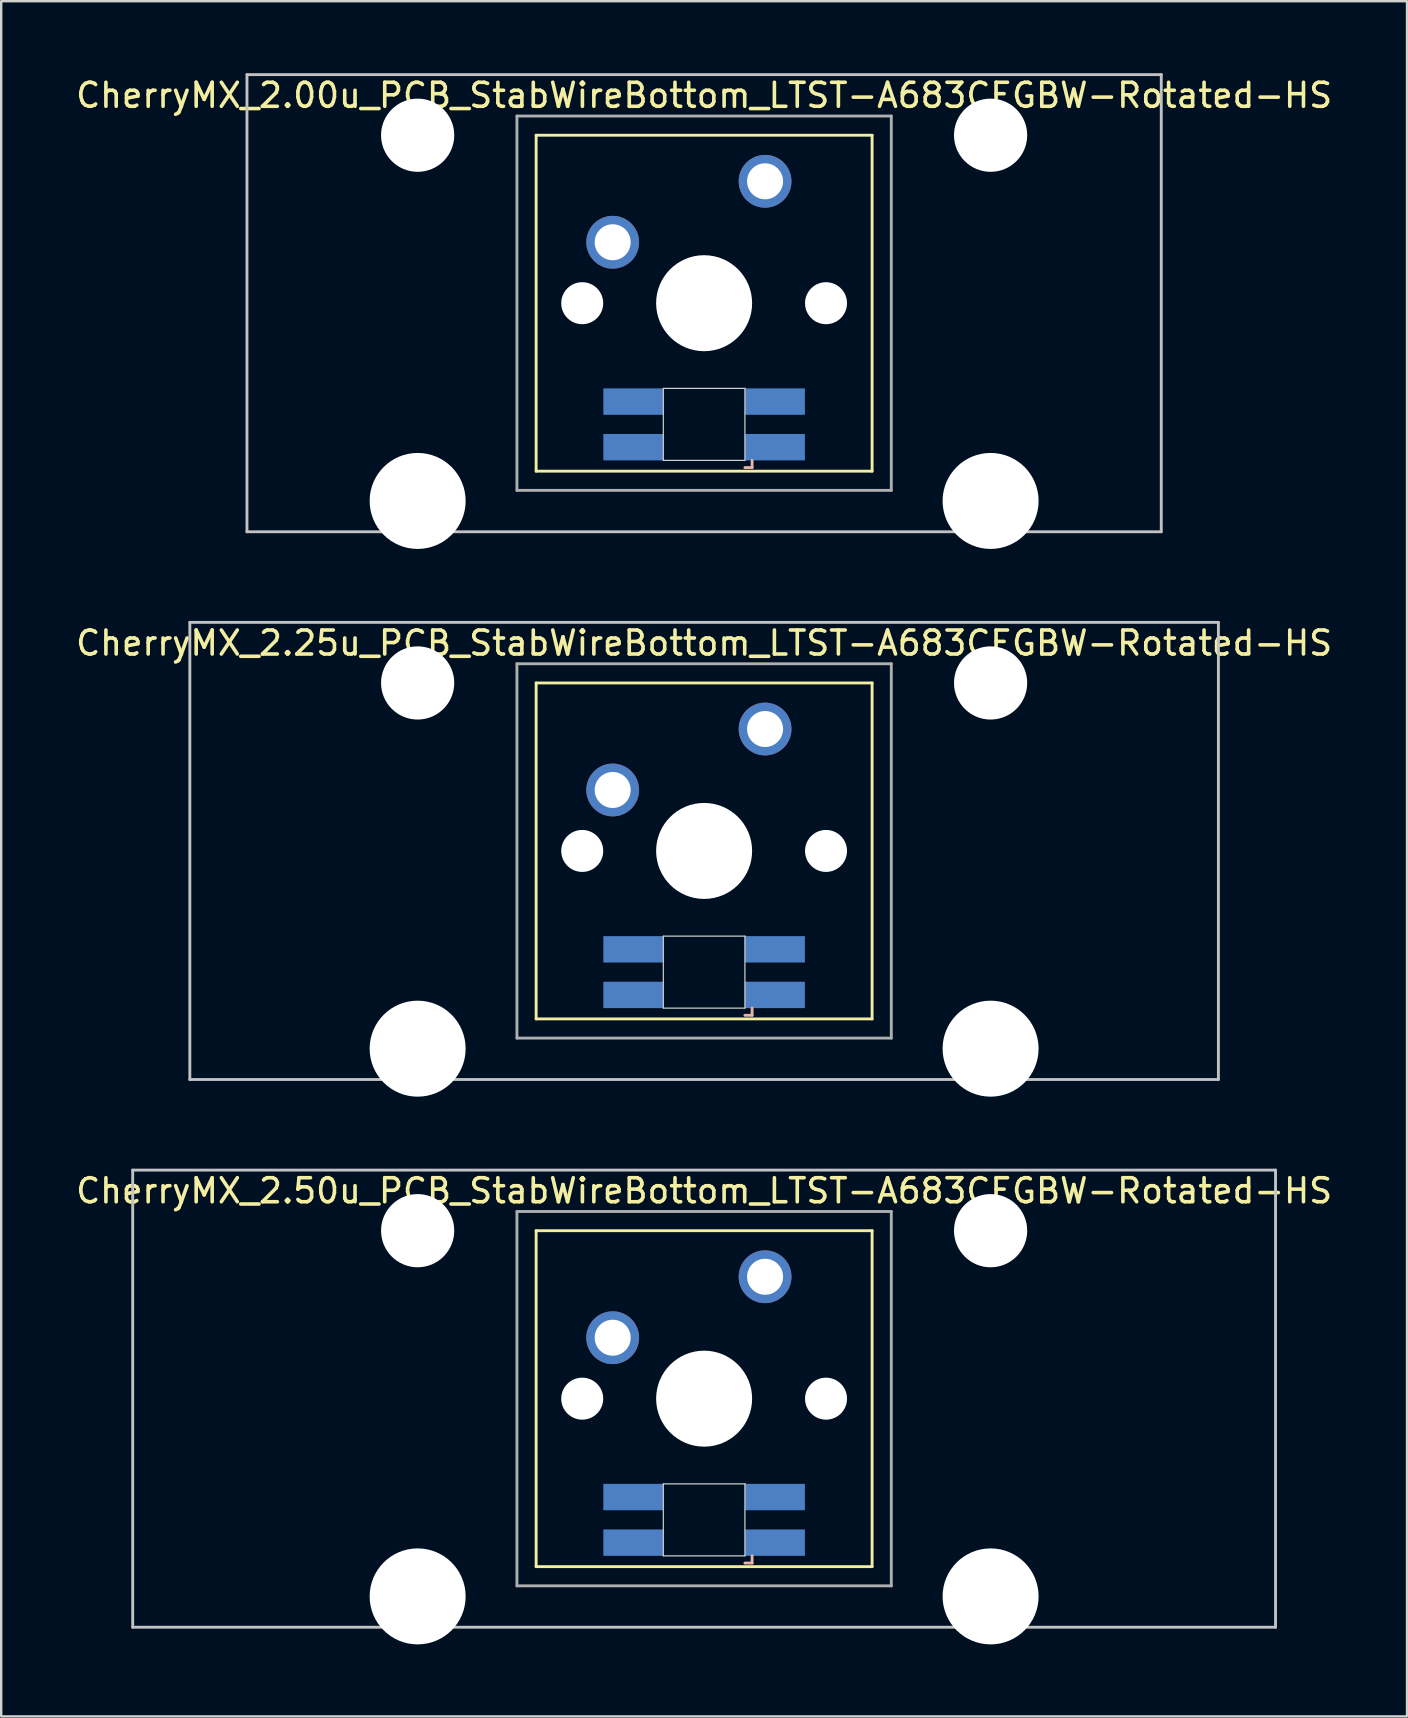
<source format=kicad_pcb>
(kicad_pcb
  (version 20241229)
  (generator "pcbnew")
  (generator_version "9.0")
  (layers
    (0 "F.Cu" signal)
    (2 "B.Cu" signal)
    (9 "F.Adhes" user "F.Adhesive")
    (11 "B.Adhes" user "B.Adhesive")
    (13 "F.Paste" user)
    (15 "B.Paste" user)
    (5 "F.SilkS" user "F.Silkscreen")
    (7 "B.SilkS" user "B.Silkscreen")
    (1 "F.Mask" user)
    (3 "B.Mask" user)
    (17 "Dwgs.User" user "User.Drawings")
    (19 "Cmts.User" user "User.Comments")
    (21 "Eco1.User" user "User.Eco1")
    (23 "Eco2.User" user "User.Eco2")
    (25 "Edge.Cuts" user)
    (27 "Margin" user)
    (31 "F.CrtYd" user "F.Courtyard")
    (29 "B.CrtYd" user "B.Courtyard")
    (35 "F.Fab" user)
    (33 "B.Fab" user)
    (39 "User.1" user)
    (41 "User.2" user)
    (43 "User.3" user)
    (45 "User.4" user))
  (footprint "CherryMX_2.00u_PCB_StabWireBottom_LTST-A683CEGBW-Rotated-HS"
    (layer "F.Cu")
    (at 26.292 9.585)
    (property "Reference" "CherryMX_2.00u_PCB_StabWireBottom_LTST-A683CEGBW-Rotated-HS" (at 0 -8.662 0) (layer "F.SilkS") (effects (font (size 1 1) (thickness 0.15))))
    (attr through_hole)
    (fp_line (start -7 -7) (end -7 7) (stroke (width 0.12) (type solid)) (layer "F.SilkS"))
    (fp_line (start -7 -7) (end 7 -7) (stroke (width 0.12) (type solid)) (layer "F.SilkS"))
    (fp_line (start 7 -7) (end 7 7) (stroke (width 0.12) (type solid)) (layer "F.SilkS"))
    (fp_line (start 7 7) (end -7 7) (stroke (width 0.12) (type solid)) (layer "F.SilkS"))
    (fp_line (start 1.7 6.85) (end 2 6.85) (stroke (width 0.12) (type solid)) (layer "B.SilkS"))
    (fp_line (start 2 6.85) (end 2 6.55) (stroke (width 0.12) (type solid)) (layer "B.SilkS"))
    (fp_line (start -19.05 -9.525) (end 19.05 -9.525) (stroke (width 0.12) (type solid)) (layer "Dwgs.User"))
    (fp_line (start -19.05 9.525) (end -19.05 -9.525) (stroke (width 0.12) (type solid)) (layer "Dwgs.User"))
    (fp_line (start 19.05 -9.525) (end 19.05 9.525) (stroke (width 0.12) (type solid)) (layer "Dwgs.User"))
    (fp_line (start 19.05 9.525) (end -19.05 9.525) (stroke (width 0.12) (type solid)) (layer "Dwgs.User"))
    (fp_line (start -1.7 3.55) (end 1.7 3.55) (stroke (width 0.05) (type solid)) (layer "Edge.Cuts"))
    (fp_line (start -1.7 6.55) (end -1.7 3.55) (stroke (width 0.05) (type solid)) (layer "Edge.Cuts"))
    (fp_line (start 1.7 3.55) (end 1.7 6.55) (stroke (width 0.05) (type solid)) (layer "Edge.Cuts"))
    (fp_line (start 1.7 6.55) (end -1.7 6.55) (stroke (width 0.05) (type solid)) (layer "Edge.Cuts"))
    (fp_line (start -7.8 -7.8) (end -7.8 7.8) (stroke (width 0.12) (type solid)) (layer "F.Fab"))
    (fp_line (start -7.8 -7.8) (end 7.8 -7.8) (stroke (width 0.12) (type solid)) (layer "F.Fab"))
    (fp_line (start -7.8 7.8) (end 7.8 7.8) (stroke (width 0.12) (type solid)) (layer "F.Fab"))
    (fp_line (start 7.8 -7.8) (end 7.8 7.8) (stroke (width 0.12) (type solid)) (layer "F.Fab"))
    (pad "" np_thru_hole circle (at -11.938 -7) (size 3.05 3.05) (drill 3.05) (layers "*.Cu" "*.Mask"))
    (pad "" np_thru_hole circle (at -11.938 8.24) (size 4 4) (drill 4) (layers "*.Cu" "*.Mask"))
    (pad "" np_thru_hole circle (at -5.08 0) (size 1.75 1.75) (drill 1.75) (layers "*.Cu" "*.Mask"))
    (pad "" np_thru_hole circle (at 0 0) (size 4 4) (drill 4) (layers "*.Cu" "*.Mask"))
    (pad "" np_thru_hole circle (at 5.08 0) (size 1.75 1.75) (drill 1.75) (layers "*.Cu" "*.Mask"))
    (pad "" np_thru_hole circle (at 11.938 -7) (size 3.05 3.05) (drill 3.05) (layers "*.Cu" "*.Mask"))
    (pad "" np_thru_hole circle (at 11.938 8.24) (size 4 4) (drill 4) (layers "*.Cu" "*.Mask"))
    (pad "1" thru_hole circle (at -3.81 -2.54) (size 2.2 2.2) (drill 1.5) (layers "*.Cu" "*.Mask"))
    (pad "2" thru_hole circle (at 2.54 -5.08) (size 2.2 2.2) (drill 1.5) (layers "*.Cu" "*.Mask"))
    (pad "3" smd rect (at 2.95 6) (size 2.5 1.1) (layers "B.Cu" "B.Mask" "B.Paste"))
    (pad "4" smd rect (at 2.95 4.1) (size 2.5 1.1) (layers "B.Cu" "B.Mask" "B.Paste"))
    (pad "5" smd rect (at -2.95 6) (size 2.5 1.1) (layers "B.Cu" "B.Mask" "B.Paste"))
    (pad "6" smd rect (at -2.95 4.1) (size 2.5 1.1) (layers "B.Cu" "B.Mask" "B.Paste")))
  (footprint "CherryMX_2.25u_PCB_StabWireBottom_LTST-A683CEGBW-Rotated-HS"
    (layer "F.Cu")
    (at 26.292 32.41)
    (property "Reference" "CherryMX_2.25u_PCB_StabWireBottom_LTST-A683CEGBW-Rotated-HS" (at 0 -8.662 0) (layer "F.SilkS") (effects (font (size 1 1) (thickness 0.15))))
    (attr through_hole)
    (fp_line (start -7 -7) (end -7 7) (stroke (width 0.12) (type solid)) (layer "F.SilkS"))
    (fp_line (start -7 -7) (end 7 -7) (stroke (width 0.12) (type solid)) (layer "F.SilkS"))
    (fp_line (start 7 -7) (end 7 7) (stroke (width 0.12) (type solid)) (layer "F.SilkS"))
    (fp_line (start 7 7) (end -7 7) (stroke (width 0.12) (type solid)) (layer "F.SilkS"))
    (fp_line (start 1.7 6.85) (end 2 6.85) (stroke (width 0.12) (type solid)) (layer "B.SilkS"))
    (fp_line (start 2 6.85) (end 2 6.55) (stroke (width 0.12) (type solid)) (layer "B.SilkS"))
    (fp_line (start -21.431 -9.525) (end 21.431 -9.525) (stroke (width 0.12) (type solid)) (layer "Dwgs.User"))
    (fp_line (start -21.431 9.525) (end -21.431 -9.525) (stroke (width 0.12) (type solid)) (layer "Dwgs.User"))
    (fp_line (start 21.431 -9.525) (end 21.431 9.525) (stroke (width 0.12) (type solid)) (layer "Dwgs.User"))
    (fp_line (start 21.431 9.525) (end -21.431 9.525) (stroke (width 0.12) (type solid)) (layer "Dwgs.User"))
    (fp_line (start -1.7 3.55) (end 1.7 3.55) (stroke (width 0.05) (type solid)) (layer "Edge.Cuts"))
    (fp_line (start -1.7 6.55) (end -1.7 3.55) (stroke (width 0.05) (type solid)) (layer "Edge.Cuts"))
    (fp_line (start 1.7 3.55) (end 1.7 6.55) (stroke (width 0.05) (type solid)) (layer "Edge.Cuts"))
    (fp_line (start 1.7 6.55) (end -1.7 6.55) (stroke (width 0.05) (type solid)) (layer "Edge.Cuts"))
    (fp_line (start -7.8 -7.8) (end -7.8 7.8) (stroke (width 0.12) (type solid)) (layer "F.Fab"))
    (fp_line (start -7.8 -7.8) (end 7.8 -7.8) (stroke (width 0.12) (type solid)) (layer "F.Fab"))
    (fp_line (start -7.8 7.8) (end 7.8 7.8) (stroke (width 0.12) (type solid)) (layer "F.Fab"))
    (fp_line (start 7.8 -7.8) (end 7.8 7.8) (stroke (width 0.12) (type solid)) (layer "F.Fab"))
    (pad "" np_thru_hole circle (at -11.938 -7) (size 3.05 3.05) (drill 3.05) (layers "*.Cu" "*.Mask"))
    (pad "" np_thru_hole circle (at -11.938 8.24) (size 4 4) (drill 4) (layers "*.Cu" "*.Mask"))
    (pad "" np_thru_hole circle (at -5.08 0) (size 1.75 1.75) (drill 1.75) (layers "*.Cu" "*.Mask"))
    (pad "" np_thru_hole circle (at 0 0) (size 4 4) (drill 4) (layers "*.Cu" "*.Mask"))
    (pad "" np_thru_hole circle (at 5.08 0) (size 1.75 1.75) (drill 1.75) (layers "*.Cu" "*.Mask"))
    (pad "" np_thru_hole circle (at 11.938 -7) (size 3.05 3.05) (drill 3.05) (layers "*.Cu" "*.Mask"))
    (pad "" np_thru_hole circle (at 11.938 8.24) (size 4 4) (drill 4) (layers "*.Cu" "*.Mask"))
    (pad "1" thru_hole circle (at -3.81 -2.54) (size 2.2 2.2) (drill 1.5) (layers "*.Cu" "*.Mask"))
    (pad "2" thru_hole circle (at 2.54 -5.08) (size 2.2 2.2) (drill 1.5) (layers "*.Cu" "*.Mask"))
    (pad "3" smd rect (at 2.95 6) (size 2.5 1.1) (layers "B.Cu" "B.Mask" "B.Paste"))
    (pad "4" smd rect (at 2.95 4.1) (size 2.5 1.1) (layers "B.Cu" "B.Mask" "B.Paste"))
    (pad "5" smd rect (at -2.95 6) (size 2.5 1.1) (layers "B.Cu" "B.Mask" "B.Paste"))
    (pad "6" smd rect (at -2.95 4.1) (size 2.5 1.1) (layers "B.Cu" "B.Mask" "B.Paste")))
  (footprint "CherryMX_2.50u_PCB_StabWireBottom_LTST-A683CEGBW-Rotated-HS"
    (layer "F.Cu")
    (at 26.292 55.235)
    (property "Reference" "CherryMX_2.50u_PCB_StabWireBottom_LTST-A683CEGBW-Rotated-HS" (at 0 -8.662 0) (layer "F.SilkS") (effects (font (size 1 1) (thickness 0.15))))
    (attr through_hole)
    (fp_line (start -7 -7) (end -7 7) (stroke (width 0.12) (type solid)) (layer "F.SilkS"))
    (fp_line (start -7 -7) (end 7 -7) (stroke (width 0.12) (type solid)) (layer "F.SilkS"))
    (fp_line (start 7 -7) (end 7 7) (stroke (width 0.12) (type solid)) (layer "F.SilkS"))
    (fp_line (start 7 7) (end -7 7) (stroke (width 0.12) (type solid)) (layer "F.SilkS"))
    (fp_line (start 1.7 6.85) (end 2 6.85) (stroke (width 0.12) (type solid)) (layer "B.SilkS"))
    (fp_line (start 2 6.85) (end 2 6.55) (stroke (width 0.12) (type solid)) (layer "B.SilkS"))
    (fp_line (start -23.812 -9.525) (end 23.812 -9.525) (stroke (width 0.12) (type solid)) (layer "Dwgs.User"))
    (fp_line (start -23.812 9.525) (end -23.812 -9.525) (stroke (width 0.12) (type solid)) (layer "Dwgs.User"))
    (fp_line (start 23.812 -9.525) (end 23.812 9.525) (stroke (width 0.12) (type solid)) (layer "Dwgs.User"))
    (fp_line (start 23.812 9.525) (end -23.812 9.525) (stroke (width 0.12) (type solid)) (layer "Dwgs.User"))
    (fp_line (start -1.7 3.55) (end 1.7 3.55) (stroke (width 0.05) (type solid)) (layer "Edge.Cuts"))
    (fp_line (start -1.7 6.55) (end -1.7 3.55) (stroke (width 0.05) (type solid)) (layer "Edge.Cuts"))
    (fp_line (start 1.7 3.55) (end 1.7 6.55) (stroke (width 0.05) (type solid)) (layer "Edge.Cuts"))
    (fp_line (start 1.7 6.55) (end -1.7 6.55) (stroke (width 0.05) (type solid)) (layer "Edge.Cuts"))
    (fp_line (start -7.8 -7.8) (end -7.8 7.8) (stroke (width 0.12) (type solid)) (layer "F.Fab"))
    (fp_line (start -7.8 -7.8) (end 7.8 -7.8) (stroke (width 0.12) (type solid)) (layer "F.Fab"))
    (fp_line (start -7.8 7.8) (end 7.8 7.8) (stroke (width 0.12) (type solid)) (layer "F.Fab"))
    (fp_line (start 7.8 -7.8) (end 7.8 7.8) (stroke (width 0.12) (type solid)) (layer "F.Fab"))
    (pad "" np_thru_hole circle (at -11.938 -7) (size 3.05 3.05) (drill 3.05) (layers "*.Cu" "*.Mask"))
    (pad "" np_thru_hole circle (at -11.938 8.24) (size 4 4) (drill 4) (layers "*.Cu" "*.Mask"))
    (pad "" np_thru_hole circle (at -5.08 0) (size 1.75 1.75) (drill 1.75) (layers "*.Cu" "*.Mask"))
    (pad "" np_thru_hole circle (at 0 0) (size 4 4) (drill 4) (layers "*.Cu" "*.Mask"))
    (pad "" np_thru_hole circle (at 5.08 0) (size 1.75 1.75) (drill 1.75) (layers "*.Cu" "*.Mask"))
    (pad "" np_thru_hole circle (at 11.938 -7) (size 3.05 3.05) (drill 3.05) (layers "*.Cu" "*.Mask"))
    (pad "" np_thru_hole circle (at 11.938 8.24) (size 4 4) (drill 4) (layers "*.Cu" "*.Mask"))
    (pad "1" thru_hole circle (at -3.81 -2.54) (size 2.2 2.2) (drill 1.5) (layers "*.Cu" "*.Mask"))
    (pad "2" thru_hole circle (at 2.54 -5.08) (size 2.2 2.2) (drill 1.5) (layers "*.Cu" "*.Mask"))
    (pad "3" smd rect (at 2.95 6) (size 2.5 1.1) (layers "B.Cu" "B.Mask" "B.Paste"))
    (pad "4" smd rect (at 2.95 4.1) (size 2.5 1.1) (layers "B.Cu" "B.Mask" "B.Paste"))
    (pad "5" smd rect (at -2.95 6) (size 2.5 1.1) (layers "B.Cu" "B.Mask" "B.Paste"))
    (pad "6" smd rect (at -2.95 4.1) (size 2.5 1.1) (layers "B.Cu" "B.Mask" "B.Paste")))
  (gr_rect
    (start -3 -3)
    (end 55.583 68.475)
    (stroke (width 0.1) (type default))
    (fill no)
    (layer "Edge.Cuts")))
</source>
